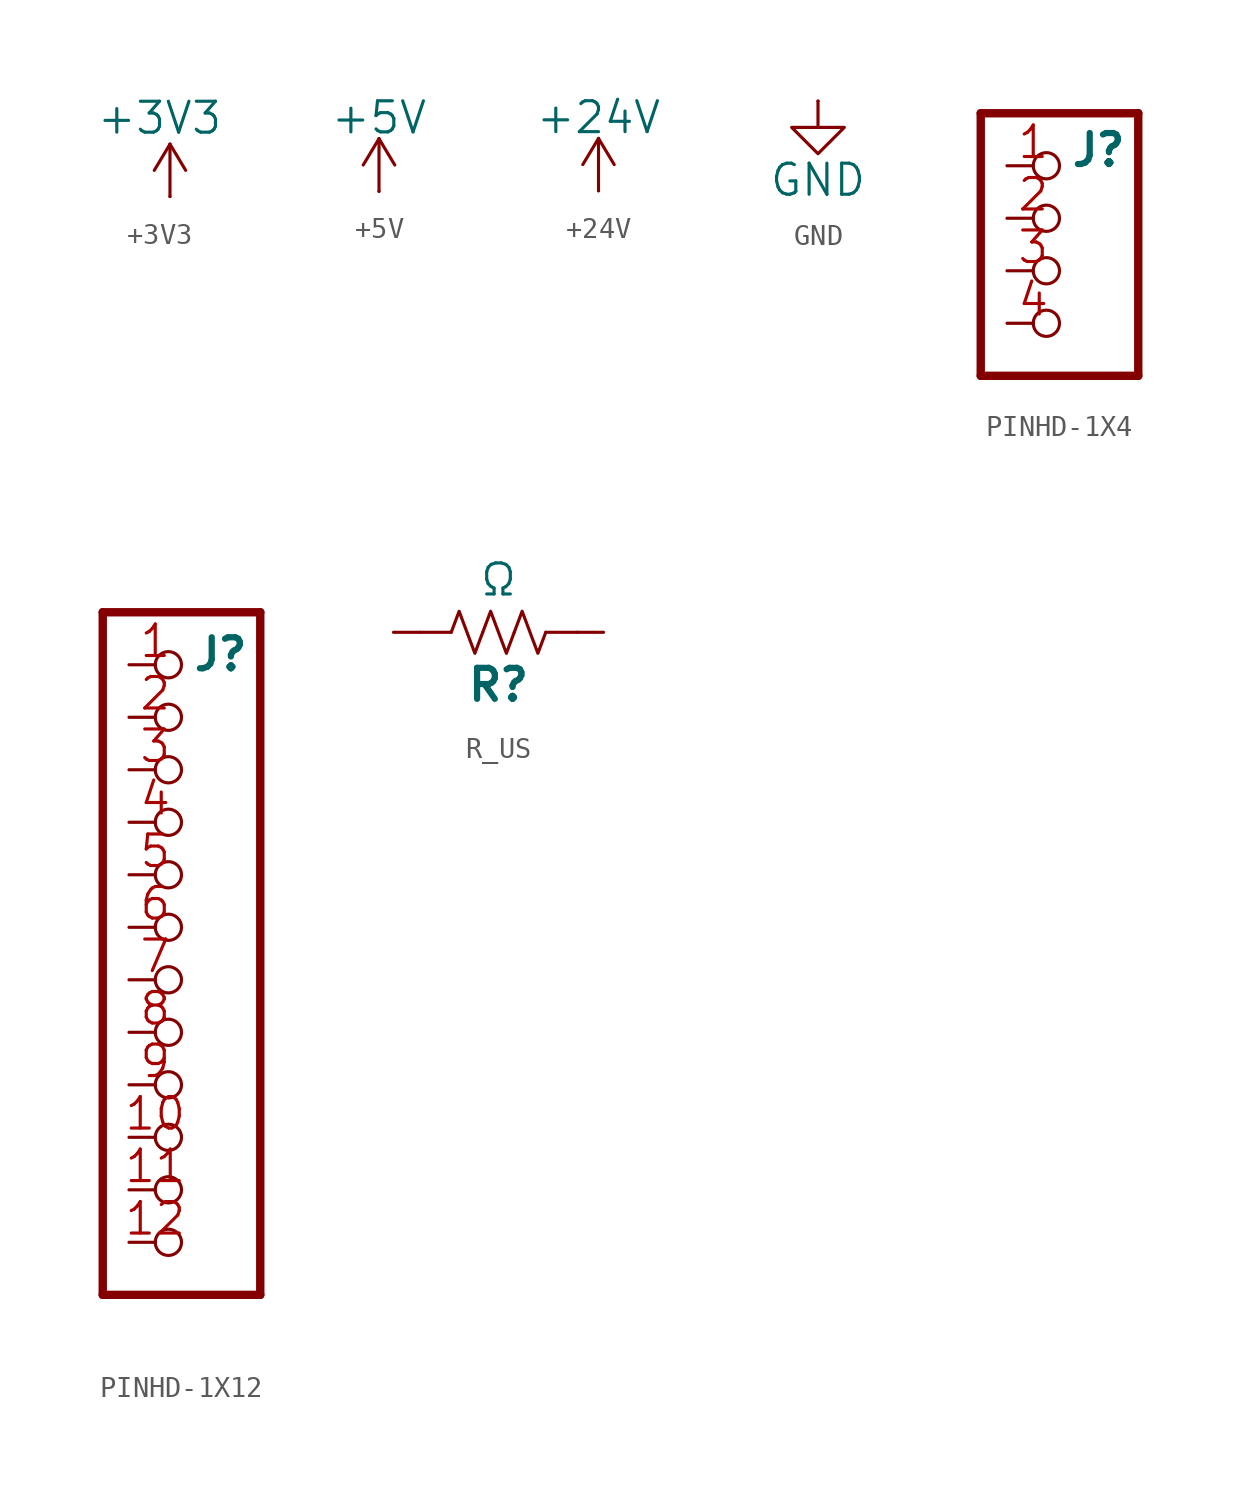
<source format=kicad_sym>
(kicad_symbol_lib
  (version 20241209)
  (generator "kicad_symbol_editor")
  (generator_version "9.0")
  (symbol "+3V3"
    (power)
    (pin_numbers
      (hide yes))
    (pin_names
      (offset 0)
      (hide yes))
    (property "Reference" "#PWR"
      (at 0 -3.81 0)
      (effects (font (size 1.27 1.27)) (hide yes)))
    (property "Value" "+3V3"
      (at -0.508 3.81 0)
      (effects (font (size 1.5 1.5))))
    (symbol "+3V3_0_1"
      (polyline (pts (xy -0.762 1.27) (xy 0 2.54)) (stroke (width 0) (type default)) (fill (type none)))
      (polyline (pts (xy 0 2.54) (xy 0.762 1.27)) (stroke (width 0) (type default)) (fill (type none)))
      (polyline (pts (xy 0 0) (xy 0 2.54)) (stroke (width 0) (type default)) (fill (type none))))
    (symbol "+3V3_1_1"
      (pin power_in line (at 0 0 90) (length 0) (name "~" (effects (font (size 1.27 1.27)))) (number "1" (effects (font (size 1.27 1.27)))))))
  (symbol "+5V"
    (power)
    (pin_numbers
      (hide yes))
    (pin_names
      (offset 0)
      (hide yes))
    (property "Reference" "#PWR"
      (at 0 -3.81 0)
      (effects (font (size 1.27 1.27)) (hide yes)))
    (property "Value" "+5V"
      (at 0 3.556 0)
      (effects (font (size 1.5 1.5))))
    (symbol "+5V_0_1"
      (polyline (pts (xy -0.762 1.27) (xy 0 2.54)) (stroke (width 0) (type default)) (fill (type none)))
      (polyline (pts (xy 0 2.54) (xy 0.762 1.27)) (stroke (width 0) (type default)) (fill (type none)))
      (polyline (pts (xy 0 0) (xy 0 2.54)) (stroke (width 0) (type default)) (fill (type none))))
    (symbol "+5V_1_1"
      (pin power_in line (at 0 0 90) (length 0) (name "~" (effects (font (size 1.27 1.27)))) (number "1" (effects (font (size 1.27 1.27)))))))
  (symbol "+24V"
    (power)
    (pin_numbers
      (hide yes))
    (pin_names
      (offset 0)
      (hide yes))
    (property "Reference" "#PWR"
      (at 0 -3.81 0)
      (effects (font (size 1.27 1.27)) (hide yes)))
    (property "Value" "+24V"
      (at 0 3.556 0)
      (effects (font (size 1.5 1.5))))
    (symbol "+24V_0_1"
      (polyline (pts (xy -0.762 1.27) (xy 0 2.54)) (stroke (width 0) (type default)) (fill (type none)))
      (polyline (pts (xy 0 2.54) (xy 0.762 1.27)) (stroke (width 0) (type default)) (fill (type none)))
      (polyline (pts (xy 0 0) (xy 0 2.54)) (stroke (width 0) (type default)) (fill (type none))))
    (symbol "+24V_1_1"
      (pin power_in line (at 0 0 90) (length 0) (name "~" (effects (font (size 1.27 1.27)))) (number "1" (effects (font (size 1.27 1.27)))))))
  (symbol "GND"
    (power)
    (pin_numbers
      (hide yes))
    (pin_names
      (offset 0)
      (hide yes))
    (property "Reference" "#PWR"
      (at 0 -6.35 0)
      (effects (font (size 1.27 1.27)) (hide yes)))
    (property "Value" "GND"
      (at 0 -3.81 0)
      (effects (font (size 1.5 1.5))))
    (symbol "GND_0_1"
      (polyline (pts (xy 0 0) (xy 0 -1.27) (xy 1.27 -1.27) (xy 0 -2.54) (xy -1.27 -1.27) (xy 0 -1.27)) (stroke (width 0) (type default)) (fill (type none))))
    (symbol "GND_1_1"
      (pin power_in line (at 0 0 270) (length 0) (name "~" (effects (font (size 1.27 1.27)))) (number "1" (effects (font (size 1.27 1.27)))))))
  (symbol "PINHD-1X4"
    (property "Reference" "J"
      (at 0.762 5.842 0)
      (effects (font (size 1.5 1.5) (thickness 0.3) (bold yes)) (justify right)))
    (symbol "PINHD-1X4_1_0"
      (polyline (pts (xy -6.35 7.62) (xy -6.35 -5.08)) (stroke (width 0.406) (type solid)) (fill (type none)))
      (polyline (pts (xy -6.35 -5.08) (xy 1.27 -5.08)) (stroke (width 0.406) (type solid)) (fill (type none)))
      (polyline (pts (xy 1.27 7.62) (xy -6.35 7.62)) (stroke (width 0.406) (type solid)) (fill (type none)))
      (polyline (pts (xy 1.27 -5.08) (xy 1.27 7.62)) (stroke (width 0.406) (type solid)) (fill (type none)))
      (pin passive inverted (at -5.08 5.08 0) (length 2.54) (name "1" (effects (font (size 0 0)))) (number "1" (effects (font (size 1.524 1.524)))))
      (pin passive inverted (at -5.08 2.54 0) (length 2.54) (name "2" (effects (font (size 0 0)))) (number "2" (effects (font (size 1.524 1.524)))))
      (pin passive inverted (at -5.08 0 0) (length 2.54) (name "3" (effects (font (size 0 0)))) (number "3" (effects (font (size 1.524 1.524)))))
      (pin passive inverted (at -5.08 -2.54 0) (length 2.54) (name "4" (effects (font (size 0 0)))) (number "4" (effects (font (size 1.524 1.524)))))))
  (symbol "PINHD-1X12"
    (property "Reference" "J"
      (at 0.762 13.208 0)
      (effects (font (size 1.5 1.5) (thickness 0.3) (bold yes)) (justify right)))
    (symbol "PINHD-1X12_1_0"
      (polyline (pts (xy -6.35 15.24) (xy -6.35 -17.78)) (stroke (width 0.406) (type solid)) (fill (type none)))
      (polyline (pts (xy -6.35 -17.78) (xy 1.27 -17.78)) (stroke (width 0.406) (type solid)) (fill (type none)))
      (polyline (pts (xy 1.27 15.24) (xy -6.35 15.24)) (stroke (width 0.406) (type solid)) (fill (type none)))
      (polyline (pts (xy 1.27 -17.78) (xy 1.27 15.24)) (stroke (width 0.406) (type solid)) (fill (type none)))
      (pin passive inverted (at -5.08 12.7 0) (length 2.54) (name "1" (effects (font (size 0 0)))) (number "1" (effects (font (size 1.524 1.524)))))
      (pin passive inverted (at -5.08 10.16 0) (length 2.54) (name "2" (effects (font (size 0 0)))) (number "2" (effects (font (size 1.524 1.524)))))
      (pin passive inverted (at -5.08 7.62 0) (length 2.54) (name "3" (effects (font (size 0 0)))) (number "3" (effects (font (size 1.524 1.524)))))
      (pin passive inverted (at -5.08 5.08 0) (length 2.54) (name "4" (effects (font (size 0 0)))) (number "4" (effects (font (size 1.524 1.524)))))
      (pin passive inverted (at -5.08 2.54 0) (length 2.54) (name "5" (effects (font (size 0 0)))) (number "5" (effects (font (size 1.524 1.524)))))
      (pin passive inverted (at -5.08 0 0) (length 2.54) (name "6" (effects (font (size 0 0)))) (number "6" (effects (font (size 1.524 1.524)))))
      (pin passive inverted (at -5.08 -2.54 0) (length 2.54) (name "7" (effects (font (size 0 0)))) (number "7" (effects (font (size 1.524 1.524)))))
      (pin passive inverted (at -5.08 -5.08 0) (length 2.54) (name "8" (effects (font (size 0 0)))) (number "8" (effects (font (size 1.524 1.524)))))
      (pin passive inverted (at -5.08 -7.62 0) (length 2.54) (name "9" (effects (font (size 0 0)))) (number "9" (effects (font (size 1.524 1.524)))))
      (pin passive inverted (at -5.08 -10.16 0) (length 2.54) (name "10" (effects (font (size 0 0)))) (number "10" (effects (font (size 1.524 1.524)))))
      (pin passive inverted (at -5.08 -12.7 0) (length 2.54) (name "11" (effects (font (size 0 0)))) (number "11" (effects (font (size 1.524 1.524)))))
      (pin passive inverted (at -5.08 -15.24 0) (length 2.54) (name "12" (effects (font (size 0 0)))) (number "12" (effects (font (size 1.524 1.524)))))))
  (symbol "R_US"
    (pin_numbers
      (hide yes))
    (pin_names
      (offset 0))
    (property "Reference" "R"
      (at 0 -2.54 0)
      (effects (font (size 1.5 1.5) (thickness 0.3) (bold yes))))
    (property "Value" "Ω"
      (at 0 2.54 0)
      (effects (font (size 1.5 1.5))))
    (symbol "R_US_0_1"
      (polyline (pts (xy -2.286 0) (xy -3.81 0)) (stroke (width 0) (type default)) (fill (type none)))
      (polyline (pts (xy -0.762 0) (xy -1.143 -1.016) (xy -1.524 0) (xy -1.905 1.016) (xy -2.286 0)) (stroke (width 0) (type default)) (fill (type none)))
      (polyline (pts (xy 0.762 0) (xy 0.381 -1.016) (xy 0 0) (xy -0.381 1.016) (xy -0.762 0)) (stroke (width 0) (type default)) (fill (type none)))
      (polyline (pts (xy 2.286 0) (xy 3.81 0)) (stroke (width 0) (type default)) (fill (type none)))
      (polyline (pts (xy 2.286 0) (xy 1.905 -1.016) (xy 1.524 0) (xy 1.143 1.016) (xy 0.762 0)) (stroke (width 0) (type default)) (fill (type none))))
    (symbol "R_US_1_1"
      (pin passive line (at -5.08 0 0) (length 1.27) (name "~" (effects (font (size 1.27 1.27)))) (number "2" (effects (font (size 1.27 1.27)))))
      (pin passive line (at 5.08 0 180) (length 1.27) (name "~" (effects (font (size 1.27 1.27)))) (number "1" (effects (font (size 1.27 1.27))))))))
</source>
